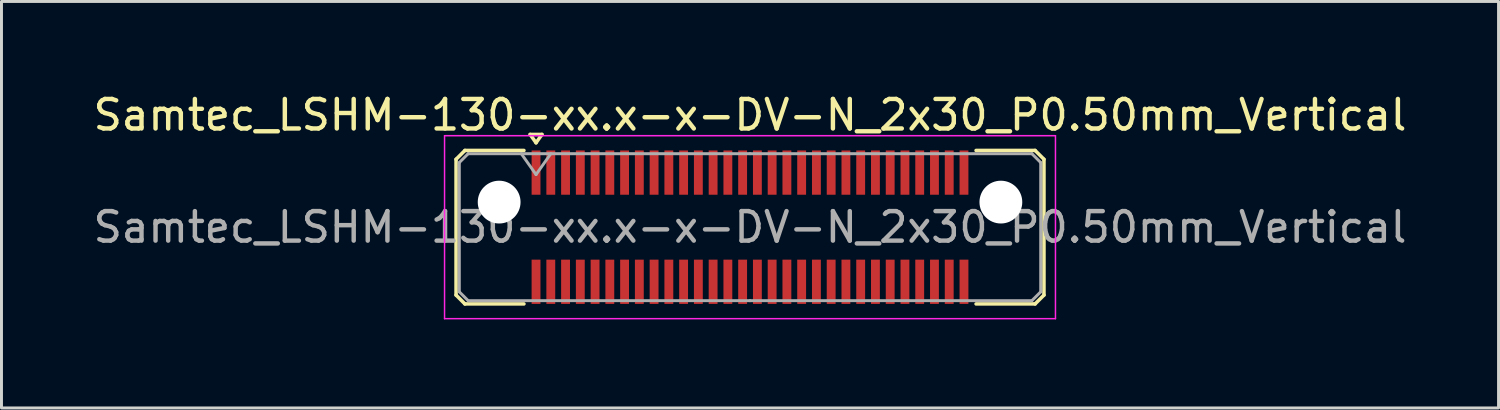
<source format=kicad_pcb>
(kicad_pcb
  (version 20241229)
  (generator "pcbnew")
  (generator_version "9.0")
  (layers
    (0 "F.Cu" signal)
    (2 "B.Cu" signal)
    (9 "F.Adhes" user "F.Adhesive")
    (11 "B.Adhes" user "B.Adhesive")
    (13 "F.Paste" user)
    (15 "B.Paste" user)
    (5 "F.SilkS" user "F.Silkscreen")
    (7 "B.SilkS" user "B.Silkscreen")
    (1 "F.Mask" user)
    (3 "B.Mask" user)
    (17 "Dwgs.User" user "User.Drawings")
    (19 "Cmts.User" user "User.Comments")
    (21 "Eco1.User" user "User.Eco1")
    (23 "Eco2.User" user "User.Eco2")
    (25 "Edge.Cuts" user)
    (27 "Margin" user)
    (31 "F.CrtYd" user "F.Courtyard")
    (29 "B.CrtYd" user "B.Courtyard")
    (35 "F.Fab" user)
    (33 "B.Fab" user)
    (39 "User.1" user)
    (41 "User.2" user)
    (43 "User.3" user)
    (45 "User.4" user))
  (footprint "Samtec_LSHM-130-xx.x-x-DV-N_2x30_P0.50mm_Vertical"
    (layer "F.Cu")
    (at 22.363 4.648)
    (property "Reference" "Samtec_LSHM-130-xx.x-x-DV-N_2x30_P0.50mm_Vertical" (at 0 -3.8 0) (layer "F.SilkS") (effects (font (size 1 1) (thickness 0.15))))
    (attr smd)
    (fp_line (start -9.96 -2.3) (end -9.96 2.3) (stroke (width 0.12) (type solid)) (layer "F.SilkS"))
    (fp_line (start -9.96 2.3) (end -9.66 2.6) (stroke (width 0.12) (type solid)) (layer "F.SilkS"))
    (fp_line (start -9.66 -2.6) (end -9.96 -2.3) (stroke (width 0.12) (type solid)) (layer "F.SilkS"))
    (fp_line (start -9.66 2.6) (end -7.66 2.6) (stroke (width 0.12) (type solid)) (layer "F.SilkS"))
    (fp_line (start -7.66 -2.6) (end -9.66 -2.6) (stroke (width 0.12) (type solid)) (layer "F.SilkS"))
    (fp_line (start -7.45 -3.143) (end -7.05 -3.143) (stroke (width 0.12) (type solid)) (layer "F.SilkS"))
    (fp_line (start -7.25 -2.86) (end -7.45 -3.143) (stroke (width 0.12) (type solid)) (layer "F.SilkS"))
    (fp_line (start -7.05 -3.143) (end -7.25 -2.86) (stroke (width 0.12) (type solid)) (layer "F.SilkS"))
    (fp_line (start 7.66 -2.6) (end 9.66 -2.6) (stroke (width 0.12) (type solid)) (layer "F.SilkS"))
    (fp_line (start 9.66 -2.6) (end 9.96 -2.3) (stroke (width 0.12) (type solid)) (layer "F.SilkS"))
    (fp_line (start 9.66 2.6) (end 7.66 2.6) (stroke (width 0.12) (type solid)) (layer "F.SilkS"))
    (fp_line (start 9.96 -2.3) (end 9.96 2.3) (stroke (width 0.12) (type solid)) (layer "F.SilkS"))
    (fp_line (start 9.96 2.3) (end 9.66 2.6) (stroke (width 0.12) (type solid)) (layer "F.SilkS"))
    (fp_line (start -10.35 -3.1) (end -10.35 3.1) (stroke (width 0.05) (type solid)) (layer "F.CrtYd"))
    (fp_line (start -10.35 3.1) (end 10.35 3.1) (stroke (width 0.05) (type solid)) (layer "F.CrtYd"))
    (fp_line (start 10.35 -3.1) (end -10.35 -3.1) (stroke (width 0.05) (type solid)) (layer "F.CrtYd"))
    (fp_line (start 10.35 3.1) (end 10.35 -3.1) (stroke (width 0.05) (type solid)) (layer "F.CrtYd"))
    (fp_line (start -9.85 -2.19) (end -9.85 2.19) (stroke (width 0.1) (type solid)) (layer "F.Fab"))
    (fp_line (start -9.85 2.19) (end -9.55 2.49) (stroke (width 0.1) (type solid)) (layer "F.Fab"))
    (fp_line (start -9.55 -2.49) (end -9.85 -2.19) (stroke (width 0.1) (type solid)) (layer "F.Fab"))
    (fp_line (start -9.55 2.49) (end 0 2.49) (stroke (width 0.1) (type solid)) (layer "F.Fab"))
    (fp_line (start -7.75 -2.49) (end -7.25 -1.783) (stroke (width 0.1) (type solid)) (layer "F.Fab"))
    (fp_line (start -7.25 -1.783) (end -6.75 -2.49) (stroke (width 0.1) (type solid)) (layer "F.Fab"))
    (fp_line (start 0 -2.49) (end -9.55 -2.49) (stroke (width 0.1) (type solid)) (layer "F.Fab"))
    (fp_line (start 0 -2.49) (end 9.55 -2.49) (stroke (width 0.1) (type solid)) (layer "F.Fab"))
    (fp_line (start 9.55 -2.49) (end 9.85 -2.19) (stroke (width 0.1) (type solid)) (layer "F.Fab"))
    (fp_line (start 9.55 2.49) (end 0 2.49) (stroke (width 0.1) (type solid)) (layer "F.Fab"))
    (fp_line (start 9.85 -2.19) (end 9.85 2.19) (stroke (width 0.1) (type solid)) (layer "F.Fab"))
    (fp_line (start 9.85 2.19) (end 9.55 2.49) (stroke (width 0.1) (type solid)) (layer "F.Fab"))
    (fp_text user "${REFERENCE}" (at 0 0 0) (layer "F.Fab") (effects (font (size 1 1) (thickness 0.15))))
    (pad "" np_thru_hole circle (at -8.5 -0.85) (size 1.45 1.45) (drill 1.45) (layers "*.Cu" "*.Mask"))
    (pad "" np_thru_hole circle (at 8.5 -0.85) (size 1.45 1.45) (drill 1.45) (layers "*.Cu" "*.Mask"))
    (pad "1" smd rect (at -7.25 -1.85) (size 0.3 1.5) (layers "F.Cu" "F.Mask" "F.Paste"))
    (pad "2" smd rect (at -7.25 1.85) (size 0.3 1.5) (layers "F.Cu" "F.Mask" "F.Paste"))
    (pad "3" smd rect (at -6.75 -1.85) (size 0.3 1.5) (layers "F.Cu" "F.Mask" "F.Paste"))
    (pad "4" smd rect (at -6.75 1.85) (size 0.3 1.5) (layers "F.Cu" "F.Mask" "F.Paste"))
    (pad "5" smd rect (at -6.25 -1.85) (size 0.3 1.5) (layers "F.Cu" "F.Mask" "F.Paste"))
    (pad "6" smd rect (at -6.25 1.85) (size 0.3 1.5) (layers "F.Cu" "F.Mask" "F.Paste"))
    (pad "7" smd rect (at -5.75 -1.85) (size 0.3 1.5) (layers "F.Cu" "F.Mask" "F.Paste"))
    (pad "8" smd rect (at -5.75 1.85) (size 0.3 1.5) (layers "F.Cu" "F.Mask" "F.Paste"))
    (pad "9" smd rect (at -5.25 -1.85) (size 0.3 1.5) (layers "F.Cu" "F.Mask" "F.Paste"))
    (pad "10" smd rect (at -5.25 1.85) (size 0.3 1.5) (layers "F.Cu" "F.Mask" "F.Paste"))
    (pad "11" smd rect (at -4.75 -1.85) (size 0.3 1.5) (layers "F.Cu" "F.Mask" "F.Paste"))
    (pad "12" smd rect (at -4.75 1.85) (size 0.3 1.5) (layers "F.Cu" "F.Mask" "F.Paste"))
    (pad "13" smd rect (at -4.25 -1.85) (size 0.3 1.5) (layers "F.Cu" "F.Mask" "F.Paste"))
    (pad "14" smd rect (at -4.25 1.85) (size 0.3 1.5) (layers "F.Cu" "F.Mask" "F.Paste"))
    (pad "15" smd rect (at -3.75 -1.85) (size 0.3 1.5) (layers "F.Cu" "F.Mask" "F.Paste"))
    (pad "16" smd rect (at -3.75 1.85) (size 0.3 1.5) (layers "F.Cu" "F.Mask" "F.Paste"))
    (pad "17" smd rect (at -3.25 -1.85) (size 0.3 1.5) (layers "F.Cu" "F.Mask" "F.Paste"))
    (pad "18" smd rect (at -3.25 1.85) (size 0.3 1.5) (layers "F.Cu" "F.Mask" "F.Paste"))
    (pad "19" smd rect (at -2.75 -1.85) (size 0.3 1.5) (layers "F.Cu" "F.Mask" "F.Paste"))
    (pad "20" smd rect (at -2.75 1.85) (size 0.3 1.5) (layers "F.Cu" "F.Mask" "F.Paste"))
    (pad "21" smd rect (at -2.25 -1.85) (size 0.3 1.5) (layers "F.Cu" "F.Mask" "F.Paste"))
    (pad "22" smd rect (at -2.25 1.85) (size 0.3 1.5) (layers "F.Cu" "F.Mask" "F.Paste"))
    (pad "23" smd rect (at -1.75 -1.85) (size 0.3 1.5) (layers "F.Cu" "F.Mask" "F.Paste"))
    (pad "24" smd rect (at -1.75 1.85) (size 0.3 1.5) (layers "F.Cu" "F.Mask" "F.Paste"))
    (pad "25" smd rect (at -1.25 -1.85) (size 0.3 1.5) (layers "F.Cu" "F.Mask" "F.Paste"))
    (pad "26" smd rect (at -1.25 1.85) (size 0.3 1.5) (layers "F.Cu" "F.Mask" "F.Paste"))
    (pad "27" smd rect (at -0.75 -1.85) (size 0.3 1.5) (layers "F.Cu" "F.Mask" "F.Paste"))
    (pad "28" smd rect (at -0.75 1.85) (size 0.3 1.5) (layers "F.Cu" "F.Mask" "F.Paste"))
    (pad "29" smd rect (at -0.25 -1.85) (size 0.3 1.5) (layers "F.Cu" "F.Mask" "F.Paste"))
    (pad "30" smd rect (at -0.25 1.85) (size 0.3 1.5) (layers "F.Cu" "F.Mask" "F.Paste"))
    (pad "31" smd rect (at 0.25 -1.85) (size 0.3 1.5) (layers "F.Cu" "F.Mask" "F.Paste"))
    (pad "32" smd rect (at 0.25 1.85) (size 0.3 1.5) (layers "F.Cu" "F.Mask" "F.Paste"))
    (pad "33" smd rect (at 0.75 -1.85) (size 0.3 1.5) (layers "F.Cu" "F.Mask" "F.Paste"))
    (pad "34" smd rect (at 0.75 1.85) (size 0.3 1.5) (layers "F.Cu" "F.Mask" "F.Paste"))
    (pad "35" smd rect (at 1.25 -1.85) (size 0.3 1.5) (layers "F.Cu" "F.Mask" "F.Paste"))
    (pad "36" smd rect (at 1.25 1.85) (size 0.3 1.5) (layers "F.Cu" "F.Mask" "F.Paste"))
    (pad "37" smd rect (at 1.75 -1.85) (size 0.3 1.5) (layers "F.Cu" "F.Mask" "F.Paste"))
    (pad "38" smd rect (at 1.75 1.85) (size 0.3 1.5) (layers "F.Cu" "F.Mask" "F.Paste"))
    (pad "39" smd rect (at 2.25 -1.85) (size 0.3 1.5) (layers "F.Cu" "F.Mask" "F.Paste"))
    (pad "40" smd rect (at 2.25 1.85) (size 0.3 1.5) (layers "F.Cu" "F.Mask" "F.Paste"))
    (pad "41" smd rect (at 2.75 -1.85) (size 0.3 1.5) (layers "F.Cu" "F.Mask" "F.Paste"))
    (pad "42" smd rect (at 2.75 1.85) (size 0.3 1.5) (layers "F.Cu" "F.Mask" "F.Paste"))
    (pad "43" smd rect (at 3.25 -1.85) (size 0.3 1.5) (layers "F.Cu" "F.Mask" "F.Paste"))
    (pad "44" smd rect (at 3.25 1.85) (size 0.3 1.5) (layers "F.Cu" "F.Mask" "F.Paste"))
    (pad "45" smd rect (at 3.75 -1.85) (size 0.3 1.5) (layers "F.Cu" "F.Mask" "F.Paste"))
    (pad "46" smd rect (at 3.75 1.85) (size 0.3 1.5) (layers "F.Cu" "F.Mask" "F.Paste"))
    (pad "47" smd rect (at 4.25 -1.85) (size 0.3 1.5) (layers "F.Cu" "F.Mask" "F.Paste"))
    (pad "48" smd rect (at 4.25 1.85) (size 0.3 1.5) (layers "F.Cu" "F.Mask" "F.Paste"))
    (pad "49" smd rect (at 4.75 -1.85) (size 0.3 1.5) (layers "F.Cu" "F.Mask" "F.Paste"))
    (pad "50" smd rect (at 4.75 1.85) (size 0.3 1.5) (layers "F.Cu" "F.Mask" "F.Paste"))
    (pad "51" smd rect (at 5.25 -1.85) (size 0.3 1.5) (layers "F.Cu" "F.Mask" "F.Paste"))
    (pad "52" smd rect (at 5.25 1.85) (size 0.3 1.5) (layers "F.Cu" "F.Mask" "F.Paste"))
    (pad "53" smd rect (at 5.75 -1.85) (size 0.3 1.5) (layers "F.Cu" "F.Mask" "F.Paste"))
    (pad "54" smd rect (at 5.75 1.85) (size 0.3 1.5) (layers "F.Cu" "F.Mask" "F.Paste"))
    (pad "55" smd rect (at 6.25 -1.85) (size 0.3 1.5) (layers "F.Cu" "F.Mask" "F.Paste"))
    (pad "56" smd rect (at 6.25 1.85) (size 0.3 1.5) (layers "F.Cu" "F.Mask" "F.Paste"))
    (pad "57" smd rect (at 6.75 -1.85) (size 0.3 1.5) (layers "F.Cu" "F.Mask" "F.Paste"))
    (pad "58" smd rect (at 6.75 1.85) (size 0.3 1.5) (layers "F.Cu" "F.Mask" "F.Paste"))
    (pad "59" smd rect (at 7.25 -1.85) (size 0.3 1.5) (layers "F.Cu" "F.Mask" "F.Paste"))
    (pad "60" smd rect (at 7.25 1.85) (size 0.3 1.5) (layers "F.Cu" "F.Mask" "F.Paste")))
  (gr_rect
    (start -3 -3)
    (end 47.726 10.773)
    (stroke (width 0.1) (type default))
    (fill no)
    (layer "Edge.Cuts")))
</source>
